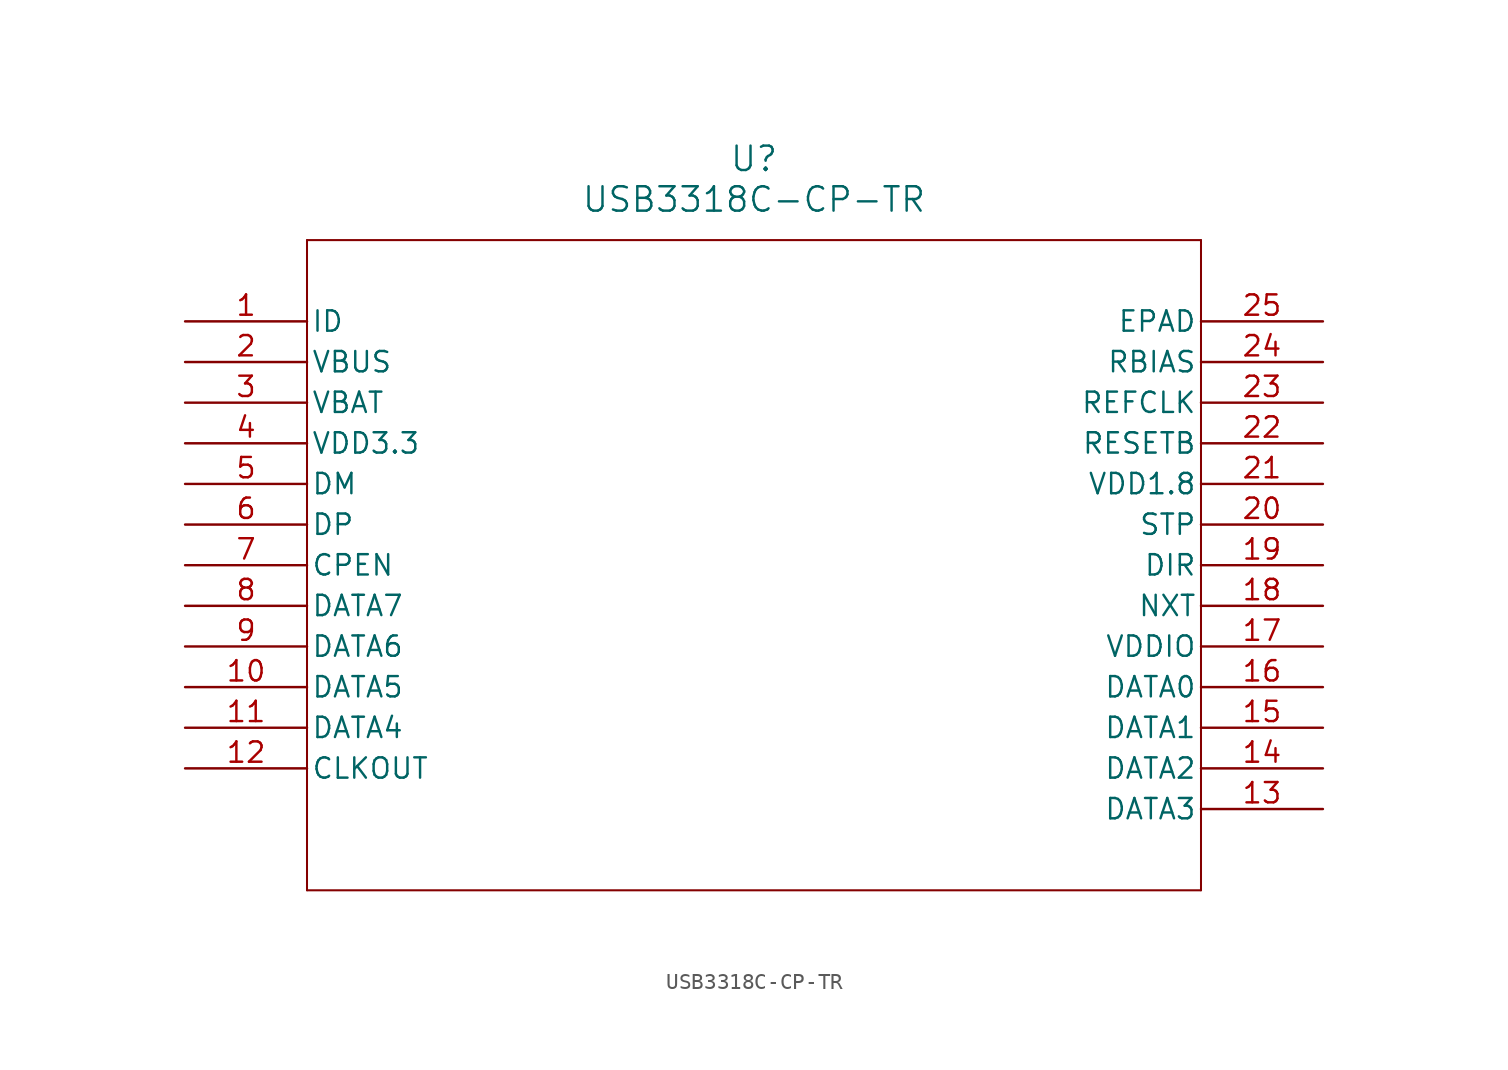
<source format=kicad_sym>
(kicad_symbol_lib
  (version 20211014)
  (generator kicad_symbol_editor)
  (symbol "USB3318C-CP-TR"
    (pin_names
      (offset 0.254))
    (property "Reference" "U"
      (at 35.56 10.16 0)
      (effects (font (size 1.524 1.524))))
    (property "Value" "USB3318C-CP-TR"
      (at 35.56 7.62 0)
      (effects (font (size 1.524 1.524))))
    (symbol "USB3318C-CP-TR_0_1"
      (polyline (pts (xy 7.62 5.08) (xy 7.62 -35.56)) (stroke (width 0.127) (type default) (color 0 0 0 0)) (fill (type none)))
      (polyline (pts (xy 7.62 -35.56) (xy 63.5 -35.56)) (stroke (width 0.127) (type default) (color 0 0 0 0)) (fill (type none)))
      (polyline (pts (xy 63.5 -35.56) (xy 63.5 5.08)) (stroke (width 0.127) (type default) (color 0 0 0 0)) (fill (type none)))
      (polyline (pts (xy 63.5 5.08) (xy 7.62 5.08)) (stroke (width 0.127) (type default) (color 0 0 0 0)) (fill (type none)))
      (pin input line (at 0 0 0) (length 7.62) (name "ID" (effects (font (size 1.27 1.27)))) (number "1" (effects (font (size 1.27 1.27)))))
      (pin bidirectional line (at 0 -2.54 0) (length 7.62) (name "VBUS" (effects (font (size 1.27 1.27)))) (number "2" (effects (font (size 1.27 1.27)))))
      (pin power_in line (at 0 -5.08 0) (length 7.62) (name "VBAT" (effects (font (size 1.27 1.27)))) (number "3" (effects (font (size 1.27 1.27)))))
      (pin power_in line (at 0 -7.62 0) (length 7.62) (name "VDD3.3" (effects (font (size 1.27 1.27)))) (number "4" (effects (font (size 1.27 1.27)))))
      (pin bidirectional line (at 0 -10.16 0) (length 7.62) (name "DM" (effects (font (size 1.27 1.27)))) (number "5" (effects (font (size 1.27 1.27)))))
      (pin bidirectional line (at 0 -12.7 0) (length 7.62) (name "DP" (effects (font (size 1.27 1.27)))) (number "6" (effects (font (size 1.27 1.27)))))
      (pin output line (at 0 -15.24 0) (length 7.62) (name "CPEN" (effects (font (size 1.27 1.27)))) (number "7" (effects (font (size 1.27 1.27)))))
      (pin bidirectional line (at 0 -17.78 0) (length 7.62) (name "DATA7" (effects (font (size 1.27 1.27)))) (number "8" (effects (font (size 1.27 1.27)))))
      (pin bidirectional line (at 0 -20.32 0) (length 7.62) (name "DATA6" (effects (font (size 1.27 1.27)))) (number "9" (effects (font (size 1.27 1.27)))))
      (pin bidirectional line (at 0 -22.86 0) (length 7.62) (name "DATA5" (effects (font (size 1.27 1.27)))) (number "10" (effects (font (size 1.27 1.27)))))
      (pin bidirectional line (at 0 -25.4 0) (length 7.62) (name "DATA4" (effects (font (size 1.27 1.27)))) (number "11" (effects (font (size 1.27 1.27)))))
      (pin output line (at 0 -27.94 0) (length 7.62) (name "CLKOUT" (effects (font (size 1.27 1.27)))) (number "12" (effects (font (size 1.27 1.27)))))
      (pin bidirectional line (at 71.12 -30.48 180) (length 7.62) (name "DATA3" (effects (font (size 1.27 1.27)))) (number "13" (effects (font (size 1.27 1.27)))))
      (pin bidirectional line (at 71.12 -27.94 180) (length 7.62) (name "DATA2" (effects (font (size 1.27 1.27)))) (number "14" (effects (font (size 1.27 1.27)))))
      (pin bidirectional line (at 71.12 -25.4 180) (length 7.62) (name "DATA1" (effects (font (size 1.27 1.27)))) (number "15" (effects (font (size 1.27 1.27)))))
      (pin bidirectional line (at 71.12 -22.86 180) (length 7.62) (name "DATA0" (effects (font (size 1.27 1.27)))) (number "16" (effects (font (size 1.27 1.27)))))
      (pin power_in line (at 71.12 -20.32 180) (length 7.62) (name "VDDIO" (effects (font (size 1.27 1.27)))) (number "17" (effects (font (size 1.27 1.27)))))
      (pin output line (at 71.12 -17.78 180) (length 7.62) (name "NXT" (effects (font (size 1.27 1.27)))) (number "18" (effects (font (size 1.27 1.27)))))
      (pin output line (at 71.12 -15.24 180) (length 7.62) (name "DIR" (effects (font (size 1.27 1.27)))) (number "19" (effects (font (size 1.27 1.27)))))
      (pin input line (at 71.12 -12.7 180) (length 7.62) (name "STP" (effects (font (size 1.27 1.27)))) (number "20" (effects (font (size 1.27 1.27)))))
      (pin power_in line (at 71.12 -10.16 180) (length 7.62) (name "VDD1.8" (effects (font (size 1.27 1.27)))) (number "21" (effects (font (size 1.27 1.27)))))
      (pin input line (at 71.12 -7.62 180) (length 7.62) (name "RESETB" (effects (font (size 1.27 1.27)))) (number "22" (effects (font (size 1.27 1.27)))))
      (pin input line (at 71.12 -5.08 180) (length 7.62) (name "REFCLK" (effects (font (size 1.27 1.27)))) (number "23" (effects (font (size 1.27 1.27)))))
      (pin unspecified line (at 71.12 -2.54 180) (length 7.62) (name "RBIAS" (effects (font (size 1.27 1.27)))) (number "24" (effects (font (size 1.27 1.27)))))
      (pin unspecified line (at 71.12 0 180) (length 7.62) (name "EPAD" (effects (font (size 1.27 1.27)))) (number "25" (effects (font (size 1.27 1.27))))))))
</source>
